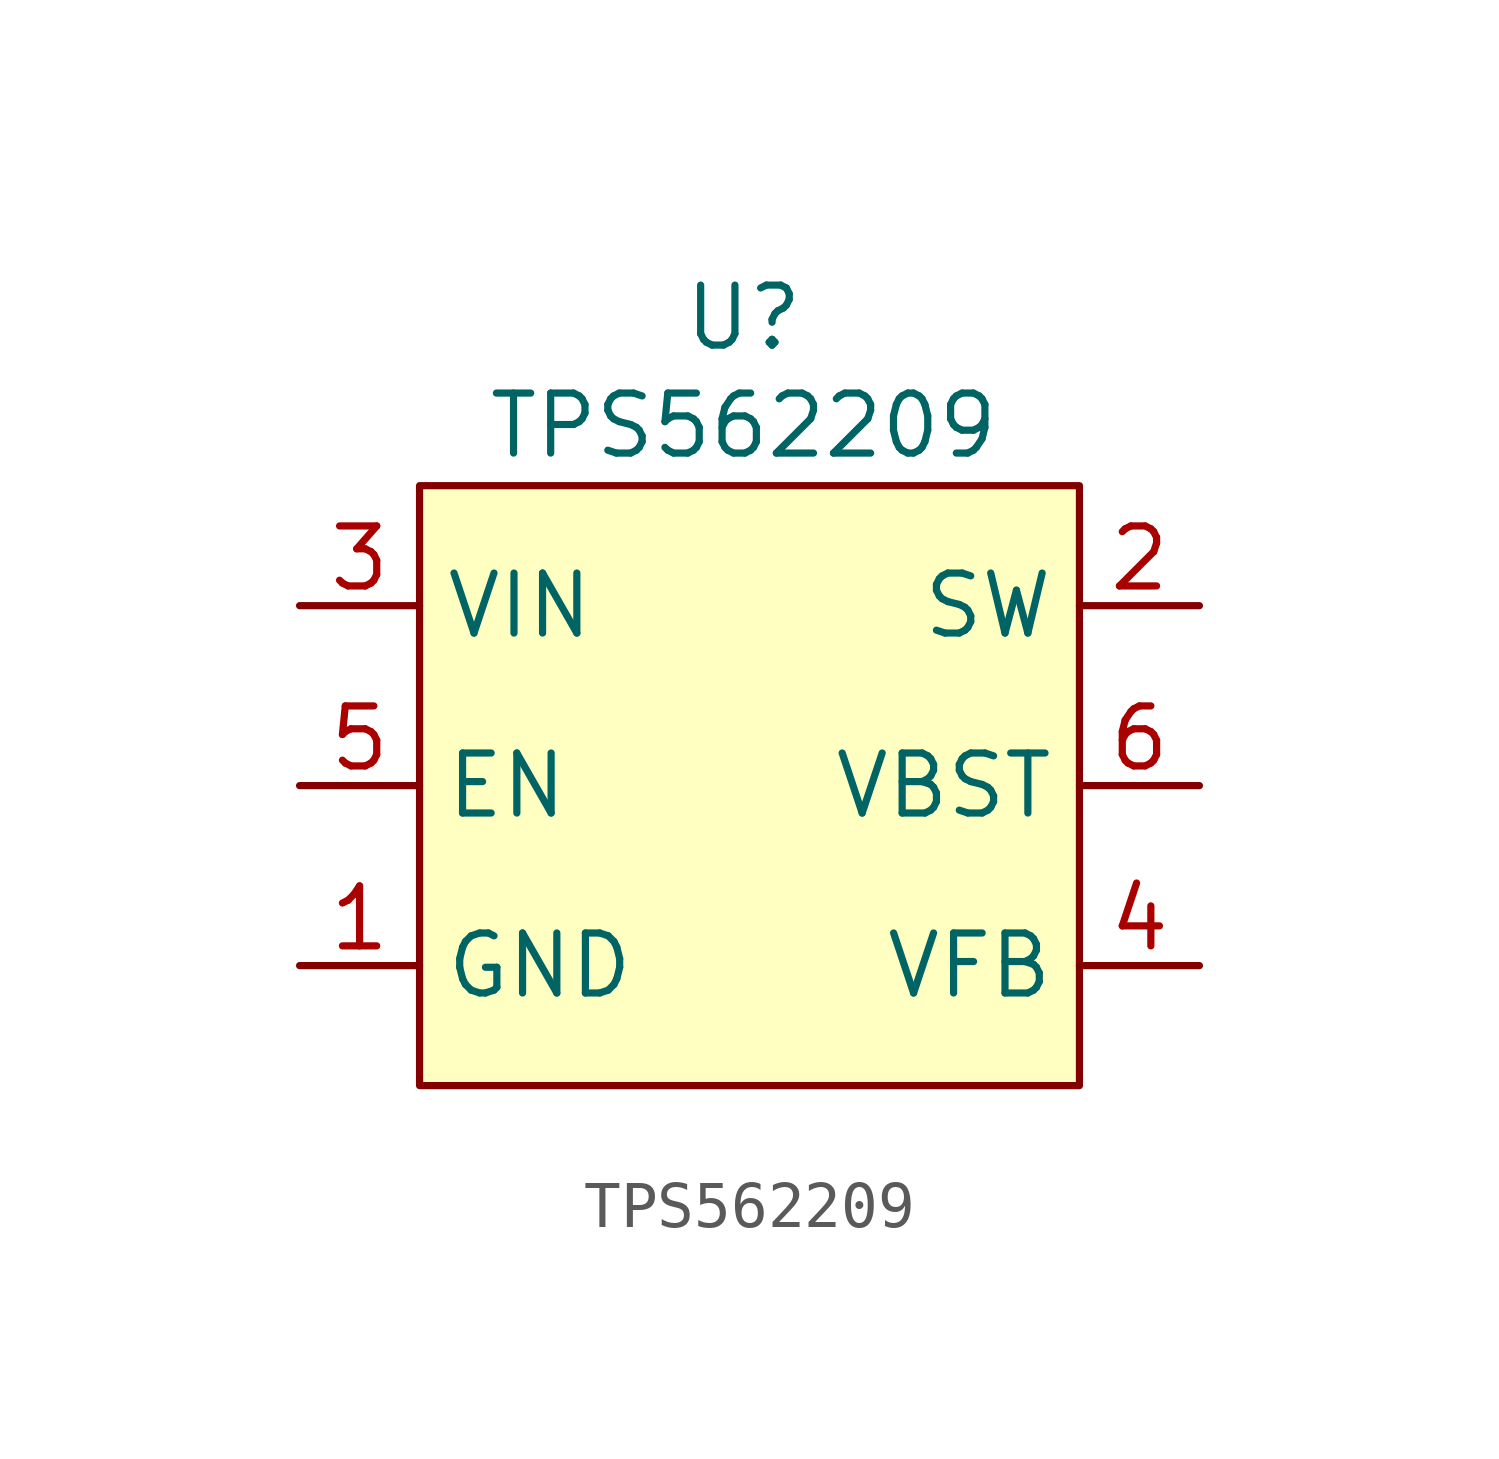
<source format=kicad_sym>
(kicad_symbol_lib
  (version 20241209)
  (generator "kicad_symbol_editor")
  (generator_version "9.0")
  (symbol "TPS562209"
    (property "Reference" "U"
      (at -0.762 9.906 0)
      (effects (font (size 1.27 1.27))))
    (property "Value" "TPS562209"
      (at -0.762 7.62 0)
      (effects (font (size 1.27 1.27))))
    (symbol "TPS562209_1_1"
      (rectangle (start -7.62 6.35) (end 6.35 -6.35) (stroke (width 0) (type solid)) (fill (type color) (color 255 255 194 1)))
      (pin power_in line (at -10.16 3.81 0) (length 2.54) (name "VIN" (effects (font (size 1.27 1.27)))) (number "3" (effects (font (size 1.27 1.27)))))
      (pin input line (at -10.16 0 0) (length 2.54) (name "EN" (effects (font (size 1.27 1.27)))) (number "5" (effects (font (size 1.27 1.27)))))
      (pin power_in line (at -10.16 -3.81 0) (length 2.54) (name "GND" (effects (font (size 1.27 1.27)))) (number "1" (effects (font (size 1.27 1.27)))))
      (pin output line (at 8.89 3.81 180) (length 2.54) (name "SW" (effects (font (size 1.27 1.27)))) (number "2" (effects (font (size 1.27 1.27)))))
      (pin input line (at 8.89 0 180) (length 2.54) (name "VBST" (effects (font (size 1.27 1.27)))) (number "6" (effects (font (size 1.27 1.27)))))
      (pin input line (at 8.89 -3.81 180) (length 2.54) (name "VFB" (effects (font (size 1.27 1.27)))) (number "4" (effects (font (size 1.27 1.27))))))))
</source>
